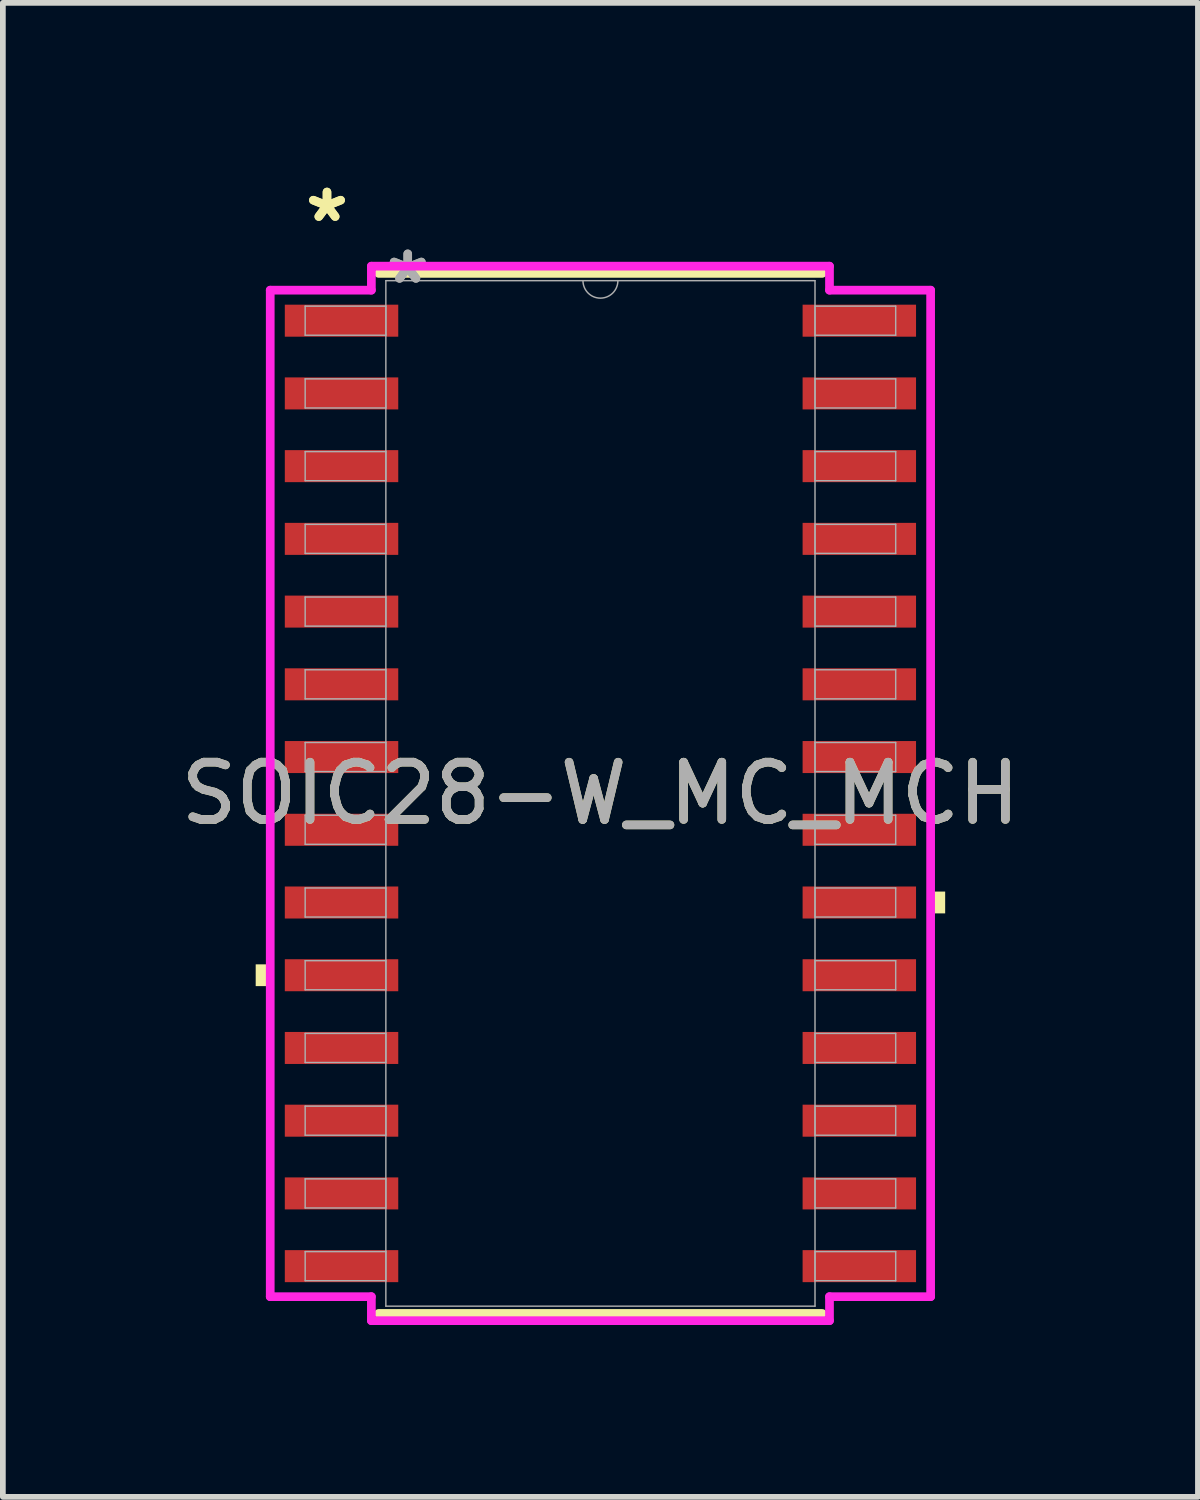
<source format=kicad_pcb>
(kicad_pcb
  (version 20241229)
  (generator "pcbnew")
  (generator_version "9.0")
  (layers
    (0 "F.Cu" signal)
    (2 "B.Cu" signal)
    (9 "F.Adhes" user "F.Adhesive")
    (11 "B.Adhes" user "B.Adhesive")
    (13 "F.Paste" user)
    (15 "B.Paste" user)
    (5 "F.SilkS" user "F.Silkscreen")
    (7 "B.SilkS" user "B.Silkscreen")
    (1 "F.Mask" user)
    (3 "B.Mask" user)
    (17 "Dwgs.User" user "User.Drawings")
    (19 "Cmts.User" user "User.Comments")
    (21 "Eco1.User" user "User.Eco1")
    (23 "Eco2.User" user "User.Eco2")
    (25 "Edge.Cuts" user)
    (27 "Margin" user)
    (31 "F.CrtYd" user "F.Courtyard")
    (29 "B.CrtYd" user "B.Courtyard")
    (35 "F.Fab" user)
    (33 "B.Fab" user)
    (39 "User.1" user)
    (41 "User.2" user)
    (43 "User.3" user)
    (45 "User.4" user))
  (footprint "SOIC28-W_MC_MCH"
    (layer "F.Cu")
    (at 7.435 10.805)
    (property "Reference" "SOIC28-W_MC_MCH" (at 0 0 0) (unlocked yes) (layer "F.SilkS") (effects (font (size 1 1) (thickness 0.15))))
    (attr smd)
    (fp_line (start -3.873 9.081) (end 3.873 9.081) (stroke (width 0.152) (type solid)) (layer "F.SilkS"))
    (fp_line (start 3.873 -9.081) (end -3.873 -9.081) (stroke (width 0.152) (type solid)) (layer "F.SilkS"))
    (fp_poly (pts (xy -6.02 2.985) (xy -6.02 3.365) (xy -5.766 3.365) (xy -5.766 2.985)) (stroke (width 0) (type solid)) (fill yes) (layer "F.SilkS"))
    (fp_poly (pts (xy 6.02 1.714) (xy 6.02 2.095) (xy 5.766 2.095) (xy 5.766 1.714)) (stroke (width 0) (type solid)) (fill yes) (layer "F.SilkS"))
    (fp_line (start -5.766 -8.788) (end -4 -8.788) (stroke (width 0.152) (type solid)) (layer "F.CrtYd"))
    (fp_line (start -5.766 8.788) (end -5.766 -8.788) (stroke (width 0.152) (type solid)) (layer "F.CrtYd"))
    (fp_line (start -5.766 8.788) (end -4 8.788) (stroke (width 0.152) (type solid)) (layer "F.CrtYd"))
    (fp_line (start -4 -9.207) (end 4 -9.207) (stroke (width 0.152) (type solid)) (layer "F.CrtYd"))
    (fp_line (start -4 -8.788) (end -4 -9.207) (stroke (width 0.152) (type solid)) (layer "F.CrtYd"))
    (fp_line (start -4 9.207) (end -4 8.788) (stroke (width 0.152) (type solid)) (layer "F.CrtYd"))
    (fp_line (start 4 -9.207) (end 4 -8.788) (stroke (width 0.152) (type solid)) (layer "F.CrtYd"))
    (fp_line (start 4 8.788) (end 4 9.207) (stroke (width 0.152) (type solid)) (layer "F.CrtYd"))
    (fp_line (start 4 9.207) (end -4 9.207) (stroke (width 0.152) (type solid)) (layer "F.CrtYd"))
    (fp_line (start 5.766 -8.788) (end 4 -8.788) (stroke (width 0.152) (type solid)) (layer "F.CrtYd"))
    (fp_line (start 5.766 -8.788) (end 5.766 8.788) (stroke (width 0.152) (type solid)) (layer "F.CrtYd"))
    (fp_line (start 5.766 8.788) (end 4 8.788) (stroke (width 0.152) (type solid)) (layer "F.CrtYd"))
    (fp_line (start -5.156 -8.509) (end -5.156 -8.001) (stroke (width 0.025) (type solid)) (layer "F.Fab"))
    (fp_line (start -5.156 -8.001) (end -3.747 -8.001) (stroke (width 0.025) (type solid)) (layer "F.Fab"))
    (fp_line (start -5.156 -7.239) (end -5.156 -6.731) (stroke (width 0.025) (type solid)) (layer "F.Fab"))
    (fp_line (start -5.156 -6.731) (end -3.747 -6.731) (stroke (width 0.025) (type solid)) (layer "F.Fab"))
    (fp_line (start -5.156 -5.969) (end -5.156 -5.461) (stroke (width 0.025) (type solid)) (layer "F.Fab"))
    (fp_line (start -5.156 -5.461) (end -3.747 -5.461) (stroke (width 0.025) (type solid)) (layer "F.Fab"))
    (fp_line (start -5.156 -4.699) (end -5.156 -4.191) (stroke (width 0.025) (type solid)) (layer "F.Fab"))
    (fp_line (start -5.156 -4.191) (end -3.747 -4.191) (stroke (width 0.025) (type solid)) (layer "F.Fab"))
    (fp_line (start -5.156 -3.429) (end -5.156 -2.921) (stroke (width 0.025) (type solid)) (layer "F.Fab"))
    (fp_line (start -5.156 -2.921) (end -3.747 -2.921) (stroke (width 0.025) (type solid)) (layer "F.Fab"))
    (fp_line (start -5.156 -2.159) (end -5.156 -1.651) (stroke (width 0.025) (type solid)) (layer "F.Fab"))
    (fp_line (start -5.156 -1.651) (end -3.747 -1.651) (stroke (width 0.025) (type solid)) (layer "F.Fab"))
    (fp_line (start -5.156 -0.889) (end -5.156 -0.381) (stroke (width 0.025) (type solid)) (layer "F.Fab"))
    (fp_line (start -5.156 -0.381) (end -3.747 -0.381) (stroke (width 0.025) (type solid)) (layer "F.Fab"))
    (fp_line (start -5.156 0.381) (end -5.156 0.889) (stroke (width 0.025) (type solid)) (layer "F.Fab"))
    (fp_line (start -5.156 0.889) (end -3.747 0.889) (stroke (width 0.025) (type solid)) (layer "F.Fab"))
    (fp_line (start -5.156 1.651) (end -5.156 2.159) (stroke (width 0.025) (type solid)) (layer "F.Fab"))
    (fp_line (start -5.156 2.159) (end -3.747 2.159) (stroke (width 0.025) (type solid)) (layer "F.Fab"))
    (fp_line (start -5.156 2.921) (end -5.156 3.429) (stroke (width 0.025) (type solid)) (layer "F.Fab"))
    (fp_line (start -5.156 3.429) (end -3.747 3.429) (stroke (width 0.025) (type solid)) (layer "F.Fab"))
    (fp_line (start -5.156 4.191) (end -5.156 4.699) (stroke (width 0.025) (type solid)) (layer "F.Fab"))
    (fp_line (start -5.156 4.699) (end -3.747 4.699) (stroke (width 0.025) (type solid)) (layer "F.Fab"))
    (fp_line (start -5.156 5.461) (end -5.156 5.969) (stroke (width 0.025) (type solid)) (layer "F.Fab"))
    (fp_line (start -5.156 5.969) (end -3.747 5.969) (stroke (width 0.025) (type solid)) (layer "F.Fab"))
    (fp_line (start -5.156 6.731) (end -5.156 7.239) (stroke (width 0.025) (type solid)) (layer "F.Fab"))
    (fp_line (start -5.156 7.239) (end -3.747 7.239) (stroke (width 0.025) (type solid)) (layer "F.Fab"))
    (fp_line (start -5.156 8.001) (end -5.156 8.509) (stroke (width 0.025) (type solid)) (layer "F.Fab"))
    (fp_line (start -5.156 8.509) (end -3.747 8.509) (stroke (width 0.025) (type solid)) (layer "F.Fab"))
    (fp_line (start -3.747 -8.954) (end -3.747 8.954) (stroke (width 0.025) (type solid)) (layer "F.Fab"))
    (fp_line (start -3.747 -8.509) (end -5.156 -8.509) (stroke (width 0.025) (type solid)) (layer "F.Fab"))
    (fp_line (start -3.747 -8.001) (end -3.747 -8.509) (stroke (width 0.025) (type solid)) (layer "F.Fab"))
    (fp_line (start -3.747 -7.239) (end -5.156 -7.239) (stroke (width 0.025) (type solid)) (layer "F.Fab"))
    (fp_line (start -3.747 -6.731) (end -3.747 -7.239) (stroke (width 0.025) (type solid)) (layer "F.Fab"))
    (fp_line (start -3.747 -5.969) (end -5.156 -5.969) (stroke (width 0.025) (type solid)) (layer "F.Fab"))
    (fp_line (start -3.747 -5.461) (end -3.747 -5.969) (stroke (width 0.025) (type solid)) (layer "F.Fab"))
    (fp_line (start -3.747 -4.699) (end -5.156 -4.699) (stroke (width 0.025) (type solid)) (layer "F.Fab"))
    (fp_line (start -3.747 -4.191) (end -3.747 -4.699) (stroke (width 0.025) (type solid)) (layer "F.Fab"))
    (fp_line (start -3.747 -3.429) (end -5.156 -3.429) (stroke (width 0.025) (type solid)) (layer "F.Fab"))
    (fp_line (start -3.747 -2.921) (end -3.747 -3.429) (stroke (width 0.025) (type solid)) (layer "F.Fab"))
    (fp_line (start -3.747 -2.159) (end -5.156 -2.159) (stroke (width 0.025) (type solid)) (layer "F.Fab"))
    (fp_line (start -3.747 -1.651) (end -3.747 -2.159) (stroke (width 0.025) (type solid)) (layer "F.Fab"))
    (fp_line (start -3.747 -0.889) (end -5.156 -0.889) (stroke (width 0.025) (type solid)) (layer "F.Fab"))
    (fp_line (start -3.747 -0.381) (end -3.747 -0.889) (stroke (width 0.025) (type solid)) (layer "F.Fab"))
    (fp_line (start -3.747 0.381) (end -5.156 0.381) (stroke (width 0.025) (type solid)) (layer "F.Fab"))
    (fp_line (start -3.747 0.889) (end -3.747 0.381) (stroke (width 0.025) (type solid)) (layer "F.Fab"))
    (fp_line (start -3.747 1.651) (end -5.156 1.651) (stroke (width 0.025) (type solid)) (layer "F.Fab"))
    (fp_line (start -3.747 2.159) (end -3.747 1.651) (stroke (width 0.025) (type solid)) (layer "F.Fab"))
    (fp_line (start -3.747 2.921) (end -5.156 2.921) (stroke (width 0.025) (type solid)) (layer "F.Fab"))
    (fp_line (start -3.747 3.429) (end -3.747 2.921) (stroke (width 0.025) (type solid)) (layer "F.Fab"))
    (fp_line (start -3.747 4.191) (end -5.156 4.191) (stroke (width 0.025) (type solid)) (layer "F.Fab"))
    (fp_line (start -3.747 4.699) (end -3.747 4.191) (stroke (width 0.025) (type solid)) (layer "F.Fab"))
    (fp_line (start -3.747 5.461) (end -5.156 5.461) (stroke (width 0.025) (type solid)) (layer "F.Fab"))
    (fp_line (start -3.747 5.969) (end -3.747 5.461) (stroke (width 0.025) (type solid)) (layer "F.Fab"))
    (fp_line (start -3.747 6.731) (end -5.156 6.731) (stroke (width 0.025) (type solid)) (layer "F.Fab"))
    (fp_line (start -3.747 7.239) (end -3.747 6.731) (stroke (width 0.025) (type solid)) (layer "F.Fab"))
    (fp_line (start -3.747 8.001) (end -5.156 8.001) (stroke (width 0.025) (type solid)) (layer "F.Fab"))
    (fp_line (start -3.747 8.509) (end -3.747 8.001) (stroke (width 0.025) (type solid)) (layer "F.Fab"))
    (fp_line (start -3.747 8.954) (end 3.747 8.954) (stroke (width 0.025) (type solid)) (layer "F.Fab"))
    (fp_line (start 3.747 -8.954) (end -3.747 -8.954) (stroke (width 0.025) (type solid)) (layer "F.Fab"))
    (fp_line (start 3.747 -8.509) (end 3.747 -8.001) (stroke (width 0.025) (type solid)) (layer "F.Fab"))
    (fp_line (start 3.747 -8.001) (end 5.156 -8.001) (stroke (width 0.025) (type solid)) (layer "F.Fab"))
    (fp_line (start 3.747 -7.239) (end 3.747 -6.731) (stroke (width 0.025) (type solid)) (layer "F.Fab"))
    (fp_line (start 3.747 -6.731) (end 5.156 -6.731) (stroke (width 0.025) (type solid)) (layer "F.Fab"))
    (fp_line (start 3.747 -5.969) (end 3.747 -5.461) (stroke (width 0.025) (type solid)) (layer "F.Fab"))
    (fp_line (start 3.747 -5.461) (end 5.156 -5.461) (stroke (width 0.025) (type solid)) (layer "F.Fab"))
    (fp_line (start 3.747 -4.699) (end 3.747 -4.191) (stroke (width 0.025) (type solid)) (layer "F.Fab"))
    (fp_line (start 3.747 -4.191) (end 5.156 -4.191) (stroke (width 0.025) (type solid)) (layer "F.Fab"))
    (fp_line (start 3.747 -3.429) (end 3.747 -2.921) (stroke (width 0.025) (type solid)) (layer "F.Fab"))
    (fp_line (start 3.747 -2.921) (end 5.156 -2.921) (stroke (width 0.025) (type solid)) (layer "F.Fab"))
    (fp_line (start 3.747 -2.159) (end 3.747 -1.651) (stroke (width 0.025) (type solid)) (layer "F.Fab"))
    (fp_line (start 3.747 -1.651) (end 5.156 -1.651) (stroke (width 0.025) (type solid)) (layer "F.Fab"))
    (fp_line (start 3.747 -0.889) (end 3.747 -0.381) (stroke (width 0.025) (type solid)) (layer "F.Fab"))
    (fp_line (start 3.747 -0.381) (end 5.156 -0.381) (stroke (width 0.025) (type solid)) (layer "F.Fab"))
    (fp_line (start 3.747 0.381) (end 3.747 0.889) (stroke (width 0.025) (type solid)) (layer "F.Fab"))
    (fp_line (start 3.747 0.889) (end 5.156 0.889) (stroke (width 0.025) (type solid)) (layer "F.Fab"))
    (fp_line (start 3.747 1.651) (end 3.747 2.159) (stroke (width 0.025) (type solid)) (layer "F.Fab"))
    (fp_line (start 3.747 2.159) (end 5.156 2.159) (stroke (width 0.025) (type solid)) (layer "F.Fab"))
    (fp_line (start 3.747 2.921) (end 3.747 3.429) (stroke (width 0.025) (type solid)) (layer "F.Fab"))
    (fp_line (start 3.747 3.429) (end 5.156 3.429) (stroke (width 0.025) (type solid)) (layer "F.Fab"))
    (fp_line (start 3.747 4.191) (end 3.747 4.699) (stroke (width 0.025) (type solid)) (layer "F.Fab"))
    (fp_line (start 3.747 4.699) (end 5.156 4.699) (stroke (width 0.025) (type solid)) (layer "F.Fab"))
    (fp_line (start 3.747 5.461) (end 3.747 5.969) (stroke (width 0.025) (type solid)) (layer "F.Fab"))
    (fp_line (start 3.747 5.969) (end 5.156 5.969) (stroke (width 0.025) (type solid)) (layer "F.Fab"))
    (fp_line (start 3.747 6.731) (end 3.747 7.239) (stroke (width 0.025) (type solid)) (layer "F.Fab"))
    (fp_line (start 3.747 7.239) (end 5.156 7.239) (stroke (width 0.025) (type solid)) (layer "F.Fab"))
    (fp_line (start 3.747 8.001) (end 3.747 8.509) (stroke (width 0.025) (type solid)) (layer "F.Fab"))
    (fp_line (start 3.747 8.509) (end 5.156 8.509) (stroke (width 0.025) (type solid)) (layer "F.Fab"))
    (fp_line (start 3.747 8.954) (end 3.747 -8.954) (stroke (width 0.025) (type solid)) (layer "F.Fab"))
    (fp_line (start 5.156 -8.509) (end 3.747 -8.509) (stroke (width 0.025) (type solid)) (layer "F.Fab"))
    (fp_line (start 5.156 -8.001) (end 5.156 -8.509) (stroke (width 0.025) (type solid)) (layer "F.Fab"))
    (fp_line (start 5.156 -7.239) (end 3.747 -7.239) (stroke (width 0.025) (type solid)) (layer "F.Fab"))
    (fp_line (start 5.156 -6.731) (end 5.156 -7.239) (stroke (width 0.025) (type solid)) (layer "F.Fab"))
    (fp_line (start 5.156 -5.969) (end 3.747 -5.969) (stroke (width 0.025) (type solid)) (layer "F.Fab"))
    (fp_line (start 5.156 -5.461) (end 5.156 -5.969) (stroke (width 0.025) (type solid)) (layer "F.Fab"))
    (fp_line (start 5.156 -4.699) (end 3.747 -4.699) (stroke (width 0.025) (type solid)) (layer "F.Fab"))
    (fp_line (start 5.156 -4.191) (end 5.156 -4.699) (stroke (width 0.025) (type solid)) (layer "F.Fab"))
    (fp_line (start 5.156 -3.429) (end 3.747 -3.429) (stroke (width 0.025) (type solid)) (layer "F.Fab"))
    (fp_line (start 5.156 -2.921) (end 5.156 -3.429) (stroke (width 0.025) (type solid)) (layer "F.Fab"))
    (fp_line (start 5.156 -2.159) (end 3.747 -2.159) (stroke (width 0.025) (type solid)) (layer "F.Fab"))
    (fp_line (start 5.156 -1.651) (end 5.156 -2.159) (stroke (width 0.025) (type solid)) (layer "F.Fab"))
    (fp_line (start 5.156 -0.889) (end 3.747 -0.889) (stroke (width 0.025) (type solid)) (layer "F.Fab"))
    (fp_line (start 5.156 -0.381) (end 5.156 -0.889) (stroke (width 0.025) (type solid)) (layer "F.Fab"))
    (fp_line (start 5.156 0.381) (end 3.747 0.381) (stroke (width 0.025) (type solid)) (layer "F.Fab"))
    (fp_line (start 5.156 0.889) (end 5.156 0.381) (stroke (width 0.025) (type solid)) (layer "F.Fab"))
    (fp_line (start 5.156 1.651) (end 3.747 1.651) (stroke (width 0.025) (type solid)) (layer "F.Fab"))
    (fp_line (start 5.156 2.159) (end 5.156 1.651) (stroke (width 0.025) (type solid)) (layer "F.Fab"))
    (fp_line (start 5.156 2.921) (end 3.747 2.921) (stroke (width 0.025) (type solid)) (layer "F.Fab"))
    (fp_line (start 5.156 3.429) (end 5.156 2.921) (stroke (width 0.025) (type solid)) (layer "F.Fab"))
    (fp_line (start 5.156 4.191) (end 3.747 4.191) (stroke (width 0.025) (type solid)) (layer "F.Fab"))
    (fp_line (start 5.156 4.699) (end 5.156 4.191) (stroke (width 0.025) (type solid)) (layer "F.Fab"))
    (fp_line (start 5.156 5.461) (end 3.747 5.461) (stroke (width 0.025) (type solid)) (layer "F.Fab"))
    (fp_line (start 5.156 5.969) (end 5.156 5.461) (stroke (width 0.025) (type solid)) (layer "F.Fab"))
    (fp_line (start 5.156 6.731) (end 3.747 6.731) (stroke (width 0.025) (type solid)) (layer "F.Fab"))
    (fp_line (start 5.156 7.239) (end 5.156 6.731) (stroke (width 0.025) (type solid)) (layer "F.Fab"))
    (fp_line (start 5.156 8.001) (end 3.747 8.001) (stroke (width 0.025) (type solid)) (layer "F.Fab"))
    (fp_line (start 5.156 8.509) (end 5.156 8.001) (stroke (width 0.025) (type solid)) (layer "F.Fab"))
    (fp_arc (start 0.3048 -8.9535) (mid 0 -8.6487) (end -0.3048 -8.9535) (stroke (width 0.0254) (type solid)) (layer "F.Fab"))
    (fp_text user "*" (at -4.775 -9.957 0) (layer "F.SilkS") (effects (font (size 1 1) (thickness 0.15))))
    (fp_text user "*" (at -4.775 -9.957 0) (unlocked yes) (layer "F.SilkS") (effects (font (size 1 1) (thickness 0.15))))
    (fp_text user "*" (at -3.365 -8.877 0) (layer "F.Fab") (effects (font (size 1 1) (thickness 0.15))))
    (fp_text user "${REFERENCE}" (at 0 0 0) (unlocked yes) (layer "F.Fab") (effects (font (size 1 1) (thickness 0.15))))
    (fp_text user "*" (at -3.365 -8.877 0) (unlocked yes) (layer "F.Fab") (effects (font (size 1 1) (thickness 0.15))))
    (pad "1" smd rect (at -4.521 -8.255) (size 1.981 0.559) (layers "F.Cu" "F.Mask" "F.Paste"))
    (pad "2" smd rect (at -4.521 -6.985) (size 1.981 0.559) (layers "F.Cu" "F.Mask" "F.Paste"))
    (pad "3" smd rect (at -4.521 -5.715) (size 1.981 0.559) (layers "F.Cu" "F.Mask" "F.Paste"))
    (pad "4" smd rect (at -4.521 -4.445) (size 1.981 0.559) (layers "F.Cu" "F.Mask" "F.Paste"))
    (pad "5" smd rect (at -4.521 -3.175) (size 1.981 0.559) (layers "F.Cu" "F.Mask" "F.Paste"))
    (pad "6" smd rect (at -4.521 -1.905) (size 1.981 0.559) (layers "F.Cu" "F.Mask" "F.Paste"))
    (pad "7" smd rect (at -4.521 -0.635) (size 1.981 0.559) (layers "F.Cu" "F.Mask" "F.Paste"))
    (pad "8" smd rect (at -4.521 0.635) (size 1.981 0.559) (layers "F.Cu" "F.Mask" "F.Paste"))
    (pad "9" smd rect (at -4.521 1.905) (size 1.981 0.559) (layers "F.Cu" "F.Mask" "F.Paste"))
    (pad "10" smd rect (at -4.521 3.175) (size 1.981 0.559) (layers "F.Cu" "F.Mask" "F.Paste"))
    (pad "11" smd rect (at -4.521 4.445) (size 1.981 0.559) (layers "F.Cu" "F.Mask" "F.Paste"))
    (pad "12" smd rect (at -4.521 5.715) (size 1.981 0.559) (layers "F.Cu" "F.Mask" "F.Paste"))
    (pad "13" smd rect (at -4.521 6.985) (size 1.981 0.559) (layers "F.Cu" "F.Mask" "F.Paste"))
    (pad "14" smd rect (at -4.521 8.255) (size 1.981 0.559) (layers "F.Cu" "F.Mask" "F.Paste"))
    (pad "15" smd rect (at 4.521 8.255) (size 1.981 0.559) (layers "F.Cu" "F.Mask" "F.Paste"))
    (pad "16" smd rect (at 4.521 6.985) (size 1.981 0.559) (layers "F.Cu" "F.Mask" "F.Paste"))
    (pad "17" smd rect (at 4.521 5.715) (size 1.981 0.559) (layers "F.Cu" "F.Mask" "F.Paste"))
    (pad "18" smd rect (at 4.521 4.445) (size 1.981 0.559) (layers "F.Cu" "F.Mask" "F.Paste"))
    (pad "19" smd rect (at 4.521 3.175) (size 1.981 0.559) (layers "F.Cu" "F.Mask" "F.Paste"))
    (pad "20" smd rect (at 4.521 1.905) (size 1.981 0.559) (layers "F.Cu" "F.Mask" "F.Paste"))
    (pad "21" smd rect (at 4.521 0.635) (size 1.981 0.559) (layers "F.Cu" "F.Mask" "F.Paste"))
    (pad "22" smd rect (at 4.521 -0.635) (size 1.981 0.559) (layers "F.Cu" "F.Mask" "F.Paste"))
    (pad "23" smd rect (at 4.521 -1.905) (size 1.981 0.559) (layers "F.Cu" "F.Mask" "F.Paste"))
    (pad "24" smd rect (at 4.521 -3.175) (size 1.981 0.559) (layers "F.Cu" "F.Mask" "F.Paste"))
    (pad "25" smd rect (at 4.521 -4.445) (size 1.981 0.559) (layers "F.Cu" "F.Mask" "F.Paste"))
    (pad "26" smd rect (at 4.521 -5.715) (size 1.981 0.559) (layers "F.Cu" "F.Mask" "F.Paste"))
    (pad "27" smd rect (at 4.521 -6.985) (size 1.981 0.559) (layers "F.Cu" "F.Mask" "F.Paste"))
    (pad "28" smd rect (at 4.521 -8.255) (size 1.981 0.559) (layers "F.Cu" "F.Mask" "F.Paste")))
  (gr_rect
    (start -3 -3)
    (end 17.869 23.089)
    (stroke (width 0.1) (type default))
    (fill no)
    (layer "Edge.Cuts")))
</source>
